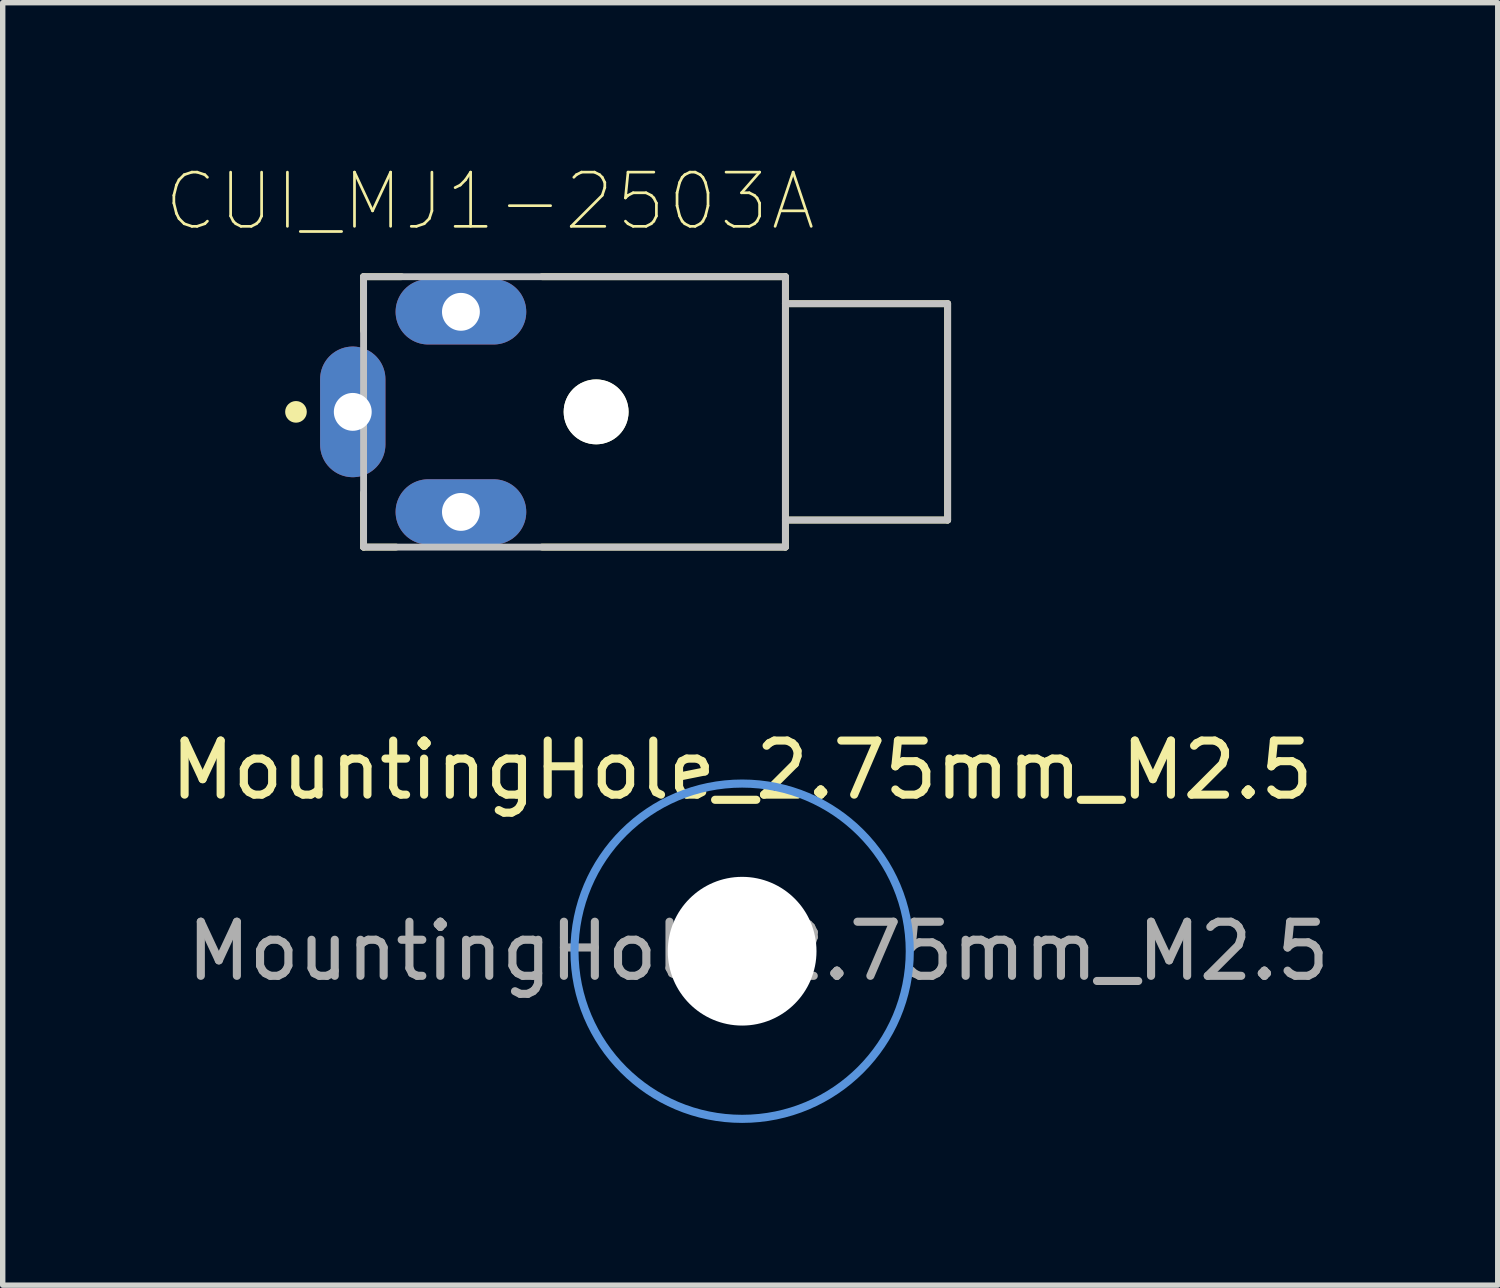
<source format=kicad_pcb>
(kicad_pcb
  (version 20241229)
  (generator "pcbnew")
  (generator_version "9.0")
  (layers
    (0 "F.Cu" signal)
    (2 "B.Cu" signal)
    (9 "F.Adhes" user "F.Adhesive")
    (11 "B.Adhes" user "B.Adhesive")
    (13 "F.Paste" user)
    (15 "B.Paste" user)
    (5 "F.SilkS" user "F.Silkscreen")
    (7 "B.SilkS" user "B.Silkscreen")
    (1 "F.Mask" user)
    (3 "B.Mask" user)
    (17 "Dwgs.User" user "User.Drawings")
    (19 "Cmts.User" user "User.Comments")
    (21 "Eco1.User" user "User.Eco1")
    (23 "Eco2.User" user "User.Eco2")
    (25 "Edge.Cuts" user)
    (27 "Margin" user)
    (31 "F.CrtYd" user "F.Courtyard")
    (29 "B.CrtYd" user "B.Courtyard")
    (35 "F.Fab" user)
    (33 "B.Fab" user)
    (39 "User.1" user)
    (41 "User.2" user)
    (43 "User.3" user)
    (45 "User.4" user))
  (footprint "CUI_MJ1-2503A"
    (layer "F.Cu")
    (at 7.573 4.566)
    (property "Reference" "CUI_MJ1-2503A" (at -1.563 -3.892 0) (layer "F.SilkS") (effects (font (size 1.002 1.002) (thickness 0.05))))
    (attr through_hole)
    (fp_line (start -3.9 -2.5) (end -3.2 -2.5) (stroke (width 0.127) (type solid)) (layer "F.SilkS"))
    (fp_line (start -3.9 -1.5) (end -3.9 -2.5) (stroke (width 0.127) (type solid)) (layer "F.SilkS"))
    (fp_line (start -3.9 2.5) (end -3.9 1.5) (stroke (width 0.127) (type solid)) (layer "F.SilkS"))
    (fp_line (start -3.3 2.5) (end -3.9 2.5) (stroke (width 0.127) (type solid)) (layer "F.SilkS"))
    (fp_line (start -0.6 -2.5) (end 3.9 -2.5) (stroke (width 0.127) (type solid)) (layer "F.SilkS"))
    (fp_line (start 3.9 -2.5) (end 3.9 -2) (stroke (width 0.127) (type solid)) (layer "F.SilkS"))
    (fp_line (start 3.9 -2) (end 3.9 2) (stroke (width 0.127) (type solid)) (layer "F.SilkS"))
    (fp_line (start 3.9 2) (end 3.9 2.5) (stroke (width 0.127) (type solid)) (layer "F.SilkS"))
    (fp_line (start 3.9 2) (end 6.9 2) (stroke (width 0.127) (type solid)) (layer "F.SilkS"))
    (fp_line (start 3.9 2.5) (end -0.6 2.5) (stroke (width 0.127) (type solid)) (layer "F.SilkS"))
    (fp_line (start 6.9 -2) (end 3.9 -2) (stroke (width 0.127) (type solid)) (layer "F.SilkS"))
    (fp_line (start 6.9 2) (end 6.9 -2) (stroke (width 0.127) (type solid)) (layer "F.SilkS"))
    (fp_circle (center -5.15 0) (end -5.05 0) (stroke (width 0.2) (type solid)) (fill no) (layer "F.SilkS"))
    (fp_line (start -3.9 -2.5) (end 3.9 -2.5) (stroke (width 0.127) (type solid)) (layer "Dwgs.User"))
    (fp_line (start -3.9 2.5) (end -3.9 -2.5) (stroke (width 0.127) (type solid)) (layer "Dwgs.User"))
    (fp_line (start 3.9 -2.5) (end 3.9 -2) (stroke (width 0.127) (type solid)) (layer "Dwgs.User"))
    (fp_line (start 3.9 -2) (end 3.9 2) (stroke (width 0.127) (type solid)) (layer "Dwgs.User"))
    (fp_line (start 3.9 2) (end 3.9 2.5) (stroke (width 0.127) (type solid)) (layer "Dwgs.User"))
    (fp_line (start 3.9 2) (end 6.9 2) (stroke (width 0.127) (type solid)) (layer "Dwgs.User"))
    (fp_line (start 3.9 2.5) (end -3.9 2.5) (stroke (width 0.127) (type solid)) (layer "Dwgs.User"))
    (fp_line (start 6.9 -2) (end 3.9 -2) (stroke (width 0.127) (type solid)) (layer "Dwgs.User"))
    (fp_line (start 6.9 2) (end 6.9 -2) (stroke (width 0.127) (type solid)) (layer "Dwgs.User"))
    (fp_line (start -4.9 -1.5) (end -4.15 -1.5) (stroke (width 0.05) (type solid)) (layer "Eco1.User"))
    (fp_line (start -4.9 1.5) (end -4.9 -1.5) (stroke (width 0.05) (type solid)) (layer "Eco1.User"))
    (fp_line (start -4.15 -2.75) (end 4.1 -2.75) (stroke (width 0.05) (type solid)) (layer "Eco1.User"))
    (fp_line (start -4.15 -1.5) (end -4.15 -2.75) (stroke (width 0.05) (type solid)) (layer "Eco1.User"))
    (fp_line (start -4.15 1.5) (end -4.9 1.5) (stroke (width 0.05) (type solid)) (layer "Eco1.User"))
    (fp_line (start -4.15 2.75) (end -4.15 1.5) (stroke (width 0.05) (type solid)) (layer "Eco1.User"))
    (fp_line (start 4.1 -2.75) (end 4.1 -2.25) (stroke (width 0.05) (type solid)) (layer "Eco1.User"))
    (fp_line (start 4.1 -2.25) (end 7.1 -2.25) (stroke (width 0.05) (type solid)) (layer "Eco1.User"))
    (fp_line (start 4.1 2.25) (end 4.1 2.75) (stroke (width 0.05) (type solid)) (layer "Eco1.User"))
    (fp_line (start 4.1 2.75) (end -4.15 2.75) (stroke (width 0.05) (type solid)) (layer "Eco1.User"))
    (fp_line (start 7.1 -2.25) (end 7.1 2.25) (stroke (width 0.05) (type solid)) (layer "Eco1.User"))
    (fp_line (start 7.1 2.25) (end 4.1 2.25) (stroke (width 0.05) (type solid)) (layer "Eco1.User"))
    (fp_line (start -4.45 -0.75) (end -3.75 -0.75) (stroke (width 0.0001) (type solid)) (layer "Edge.Cuts"))
    (fp_line (start -4.45 0.75) (end -4.45 -0.75) (stroke (width 0.0001) (type solid)) (layer "Edge.Cuts"))
    (fp_line (start -3.75 -0.75) (end -3.75 0.75) (stroke (width 0.0001) (type solid)) (layer "Edge.Cuts"))
    (fp_line (start -3.75 0.75) (end -4.45 0.75) (stroke (width 0.0001) (type solid)) (layer "Edge.Cuts"))
    (fp_line (start -2.85 -2.2) (end -1.35 -2.2) (stroke (width 0.0001) (type solid)) (layer "Edge.Cuts"))
    (fp_line (start -2.85 -1.5) (end -2.85 -2.2) (stroke (width 0.0001) (type solid)) (layer "Edge.Cuts"))
    (fp_line (start -2.85 1.5) (end -1.35 1.5) (stroke (width 0.0001) (type solid)) (layer "Edge.Cuts"))
    (fp_line (start -2.85 2.2) (end -2.85 1.5) (stroke (width 0.0001) (type solid)) (layer "Edge.Cuts"))
    (fp_line (start -1.35 -2.2) (end -1.35 -1.5) (stroke (width 0.0001) (type solid)) (layer "Edge.Cuts"))
    (fp_line (start -1.35 -1.5) (end -2.85 -1.5) (stroke (width 0.0001) (type solid)) (layer "Edge.Cuts"))
    (fp_line (start -1.35 1.5) (end -1.35 2.2) (stroke (width 0.0001) (type solid)) (layer "Edge.Cuts"))
    (fp_line (start -1.35 2.2) (end -2.85 2.2) (stroke (width 0.0001) (type solid)) (layer "Edge.Cuts"))
    (pad "" np_thru_hole circle (at 0.4 0) (size 1.2 1.2) (drill 1.2) (layers "*.Cu" "*.Mask" "F.SilkS"))
    (pad "1" thru_hole oval (at -4.1 0 270) (size 2.416 1.208) (drill 0.7) (layers "*.Cu" "*.Mask"))
    (pad "2" thru_hole oval (at -2.1 -1.85) (size 2.416 1.208) (drill 0.7) (layers "*.Cu" "*.Mask"))
    (pad "3" thru_hole oval (at -2.1 1.85) (size 2.416 1.208) (drill 0.7) (layers "*.Cu" "*.Mask")))
  (footprint "MountingHole_2.75mm_M2.5"
    (layer "F.Cu")
    (at 10.673 14.539)
    (property "Reference" "MountingHole_2.75mm_M2.5" (at 0 -3.35 0) (layer "F.SilkS") (effects (font (size 1 1) (thickness 0.15))))
    (attr exclude_from_pos_files exclude_from_bom)
    (fp_circle (center 0 0) (end 3.1 0) (stroke (width 0.15) (type solid)) (fill no) (layer "Cmts.User"))
    (fp_text user "${REFERENCE}" (at 0.3 0 0) (layer "F.Fab") (effects (font (size 1 1) (thickness 0.15))))
    (pad "" np_thru_hole circle (at 0 0) (size 2.75 2.75) (drill 2.75) (layers "*.Cu" "*.Mask")))
  (gr_rect
    (start -3 -3)
    (end 24.645 20.714)
    (stroke (width 0.1) (type default))
    (fill no)
    (layer "Edge.Cuts")))
</source>
